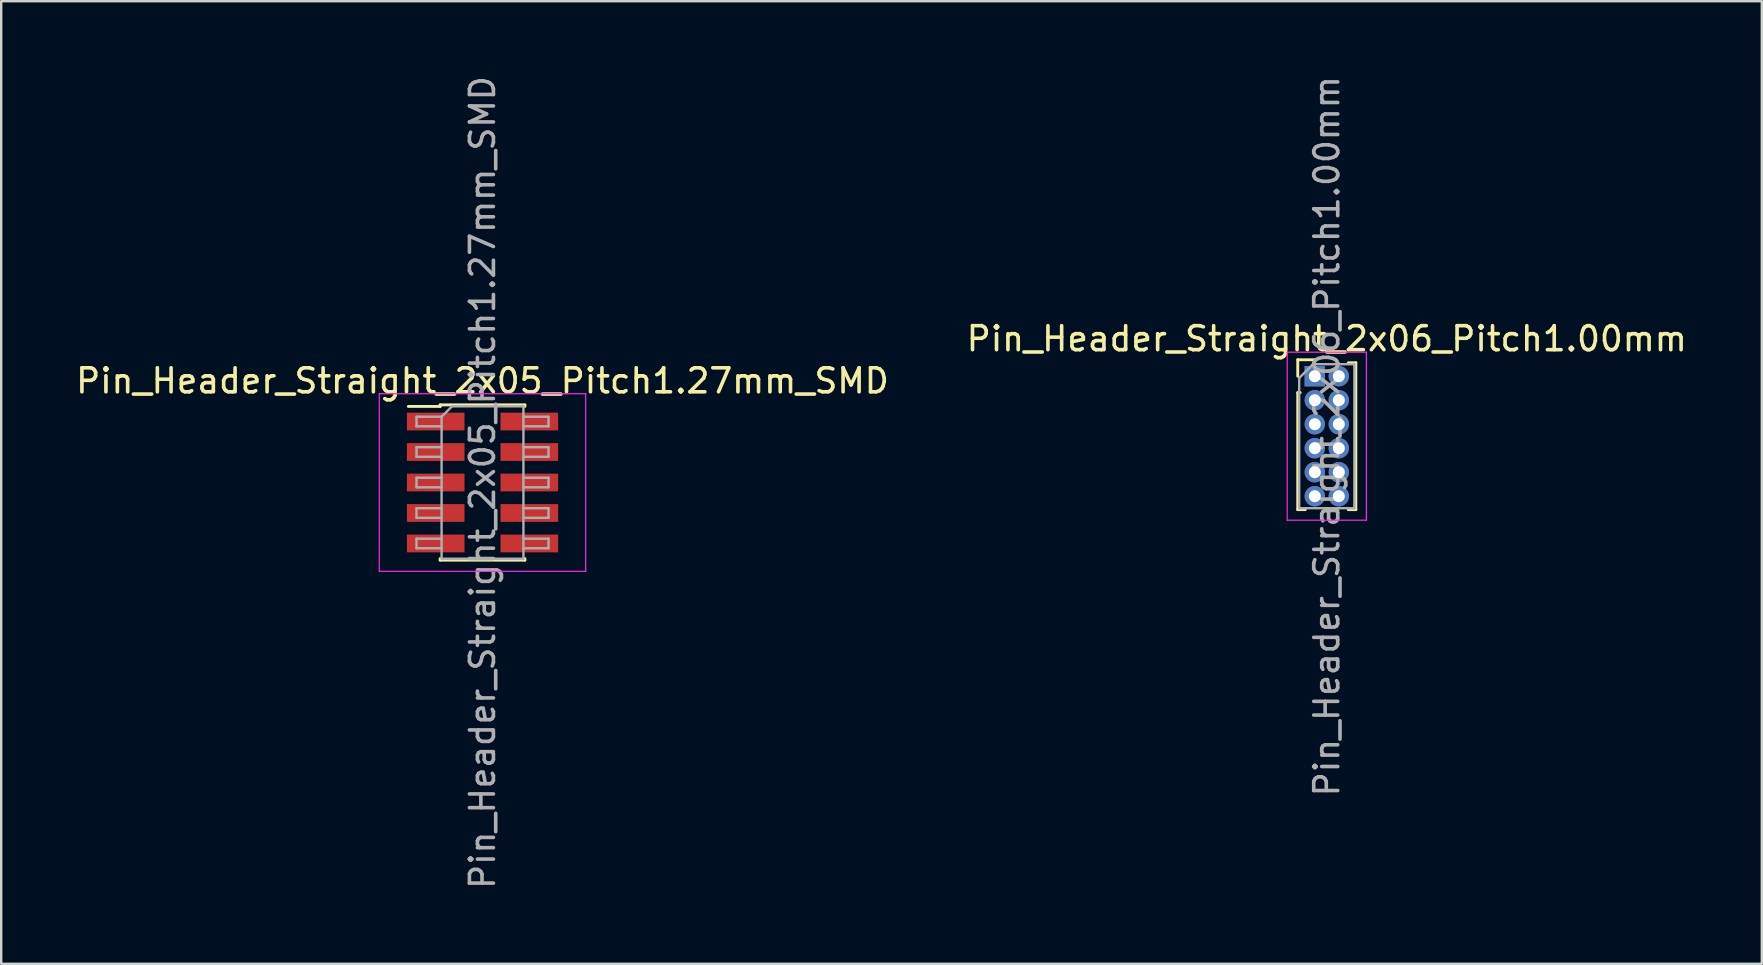
<source format=kicad_pcb>
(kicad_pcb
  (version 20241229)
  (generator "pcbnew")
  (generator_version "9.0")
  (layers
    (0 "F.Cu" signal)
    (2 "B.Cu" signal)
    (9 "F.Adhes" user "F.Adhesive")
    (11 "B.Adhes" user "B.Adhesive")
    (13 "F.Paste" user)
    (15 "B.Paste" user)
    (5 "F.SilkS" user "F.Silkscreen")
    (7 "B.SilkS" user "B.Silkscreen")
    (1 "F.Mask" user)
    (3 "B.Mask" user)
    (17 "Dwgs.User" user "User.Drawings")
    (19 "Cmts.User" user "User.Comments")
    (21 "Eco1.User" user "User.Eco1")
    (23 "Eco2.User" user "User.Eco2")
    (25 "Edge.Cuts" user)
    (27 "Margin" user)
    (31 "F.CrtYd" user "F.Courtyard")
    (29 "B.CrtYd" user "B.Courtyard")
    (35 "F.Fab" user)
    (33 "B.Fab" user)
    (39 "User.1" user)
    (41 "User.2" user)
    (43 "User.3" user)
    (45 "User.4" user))
  (footprint "Pin_Header_Straight_2x06_Pitch1.00mm"
    (layer "F.Cu")
    (at 51.732 12.625)
    (property "Reference" "Pin_Header_Straight_2x06_Pitch1.00mm" (at 0.5 -1.56 0) (layer "F.SilkS") (effects (font (size 1 1) (thickness 0.15))))
    (attr through_hole)
    (fp_line (start -0.71 -0.685) (end 0 -0.685) (stroke (width 0.12) (type solid)) (layer "F.SilkS"))
    (fp_line (start -0.71 0) (end -0.71 -0.685) (stroke (width 0.12) (type solid)) (layer "F.SilkS"))
    (fp_line (start -0.71 0.685) (end -0.71 5.56) (stroke (width 0.12) (type solid)) (layer "F.SilkS"))
    (fp_line (start -0.71 0.685) (end -0.608 0.685) (stroke (width 0.12) (type solid)) (layer "F.SilkS"))
    (fp_line (start -0.71 5.56) (end -0.394 5.56) (stroke (width 0.12) (type solid)) (layer "F.SilkS"))
    (fp_line (start 0.394 5.56) (end 0.606 5.56) (stroke (width 0.12) (type solid)) (layer "F.SilkS"))
    (fp_line (start 1.394 -0.56) (end 1.71 -0.56) (stroke (width 0.12) (type solid)) (layer "F.SilkS"))
    (fp_line (start 1.394 5.56) (end 1.71 5.56) (stroke (width 0.12) (type solid)) (layer "F.SilkS"))
    (fp_line (start 1.71 -0.56) (end 1.71 5.56) (stroke (width 0.12) (type solid)) (layer "F.SilkS"))
    (fp_line (start -1.15 -1) (end -1.15 6) (stroke (width 0.05) (type solid)) (layer "F.CrtYd"))
    (fp_line (start -1.15 6) (end 2.15 6) (stroke (width 0.05) (type solid)) (layer "F.CrtYd"))
    (fp_line (start 2.15 -1) (end -1.15 -1) (stroke (width 0.05) (type solid)) (layer "F.CrtYd"))
    (fp_line (start 2.15 6) (end 2.15 -1) (stroke (width 0.05) (type solid)) (layer "F.CrtYd"))
    (fp_line (start -0.65 0.075) (end -0.075 -0.5) (stroke (width 0.1) (type solid)) (layer "F.Fab"))
    (fp_line (start -0.65 5.5) (end -0.65 0.075) (stroke (width 0.1) (type solid)) (layer "F.Fab"))
    (fp_line (start -0.075 -0.5) (end 1.65 -0.5) (stroke (width 0.1) (type solid)) (layer "F.Fab"))
    (fp_line (start 1.65 -0.5) (end 1.65 5.5) (stroke (width 0.1) (type solid)) (layer "F.Fab"))
    (fp_line (start 1.65 5.5) (end -0.65 5.5) (stroke (width 0.1) (type solid)) (layer "F.Fab"))
    (fp_text user "${REFERENCE}" (at 0.5 2.5 90) (layer "F.Fab") (effects (font (size 1 1) (thickness 0.15))))
    (pad "1" thru_hole rect (at 0 0) (size 0.85 0.85) (drill 0.5) (layers "*.Cu" "*.Mask"))
    (pad "2" thru_hole oval (at 1 0) (size 0.85 0.85) (drill 0.5) (layers "*.Cu" "*.Mask"))
    (pad "3" thru_hole oval (at 0 1) (size 0.85 0.85) (drill 0.5) (layers "*.Cu" "*.Mask"))
    (pad "4" thru_hole oval (at 1 1) (size 0.85 0.85) (drill 0.5) (layers "*.Cu" "*.Mask"))
    (pad "5" thru_hole oval (at 0 2) (size 0.85 0.85) (drill 0.5) (layers "*.Cu" "*.Mask"))
    (pad "6" thru_hole oval (at 1 2) (size 0.85 0.85) (drill 0.5) (layers "*.Cu" "*.Mask"))
    (pad "7" thru_hole oval (at 0 3) (size 0.85 0.85) (drill 0.5) (layers "*.Cu" "*.Mask"))
    (pad "8" thru_hole oval (at 1 3) (size 0.85 0.85) (drill 0.5) (layers "*.Cu" "*.Mask"))
    (pad "9" thru_hole oval (at 0 4) (size 0.85 0.85) (drill 0.5) (layers "*.Cu" "*.Mask"))
    (pad "10" thru_hole oval (at 1 4) (size 0.85 0.85) (drill 0.5) (layers "*.Cu" "*.Mask"))
    (pad "11" thru_hole oval (at 0 5) (size 0.85 0.85) (drill 0.5) (layers "*.Cu" "*.Mask"))
    (pad "12" thru_hole oval (at 1 5) (size 0.85 0.85) (drill 0.5) (layers "*.Cu" "*.Mask")))
  (footprint "Pin_Header_Straight_2x05_Pitch1.27mm_SMD"
    (layer "F.Cu")
    (at 17.054 17.054)
    (property "Reference" "Pin_Header_Straight_2x05_Pitch1.27mm_SMD" (at 0 -4.235 0) (layer "F.SilkS") (effects (font (size 1 1) (thickness 0.15))))
    (attr smd)
    (fp_line (start -3.09 -3.17) (end -1.765 -3.17) (stroke (width 0.12) (type solid)) (layer "F.SilkS"))
    (fp_line (start -1.765 -3.235) (end -1.765 -3.17) (stroke (width 0.12) (type solid)) (layer "F.SilkS"))
    (fp_line (start -1.765 -3.235) (end 1.765 -3.235) (stroke (width 0.12) (type solid)) (layer "F.SilkS"))
    (fp_line (start -1.765 3.17) (end -1.765 3.235) (stroke (width 0.12) (type solid)) (layer "F.SilkS"))
    (fp_line (start -1.765 3.235) (end 1.765 3.235) (stroke (width 0.12) (type solid)) (layer "F.SilkS"))
    (fp_line (start 1.765 -3.235) (end 1.765 -3.17) (stroke (width 0.12) (type solid)) (layer "F.SilkS"))
    (fp_line (start 1.765 3.17) (end 1.765 3.235) (stroke (width 0.12) (type solid)) (layer "F.SilkS"))
    (fp_line (start -4.3 -3.7) (end -4.3 3.7) (stroke (width 0.05) (type solid)) (layer "F.CrtYd"))
    (fp_line (start -4.3 3.7) (end 4.3 3.7) (stroke (width 0.05) (type solid)) (layer "F.CrtYd"))
    (fp_line (start 4.3 -3.7) (end -4.3 -3.7) (stroke (width 0.05) (type solid)) (layer "F.CrtYd"))
    (fp_line (start 4.3 3.7) (end 4.3 -3.7) (stroke (width 0.05) (type solid)) (layer "F.CrtYd"))
    (fp_line (start -2.75 -2.74) (end -2.75 -2.34) (stroke (width 0.1) (type solid)) (layer "F.Fab"))
    (fp_line (start -2.75 -2.34) (end -1.705 -2.34) (stroke (width 0.1) (type solid)) (layer "F.Fab"))
    (fp_line (start -2.75 -1.47) (end -2.75 -1.07) (stroke (width 0.1) (type solid)) (layer "F.Fab"))
    (fp_line (start -2.75 -1.07) (end -1.705 -1.07) (stroke (width 0.1) (type solid)) (layer "F.Fab"))
    (fp_line (start -2.75 -0.2) (end -2.75 0.2) (stroke (width 0.1) (type solid)) (layer "F.Fab"))
    (fp_line (start -2.75 0.2) (end -1.705 0.2) (stroke (width 0.1) (type solid)) (layer "F.Fab"))
    (fp_line (start -2.75 1.07) (end -2.75 1.47) (stroke (width 0.1) (type solid)) (layer "F.Fab"))
    (fp_line (start -2.75 1.47) (end -1.705 1.47) (stroke (width 0.1) (type solid)) (layer "F.Fab"))
    (fp_line (start -2.75 2.34) (end -2.75 2.74) (stroke (width 0.1) (type solid)) (layer "F.Fab"))
    (fp_line (start -2.75 2.74) (end -1.705 2.74) (stroke (width 0.1) (type solid)) (layer "F.Fab"))
    (fp_line (start -1.705 -2.74) (end -2.75 -2.74) (stroke (width 0.1) (type solid)) (layer "F.Fab"))
    (fp_line (start -1.705 -2.74) (end -1.27 -3.175) (stroke (width 0.1) (type solid)) (layer "F.Fab"))
    (fp_line (start -1.705 -1.47) (end -2.75 -1.47) (stroke (width 0.1) (type solid)) (layer "F.Fab"))
    (fp_line (start -1.705 -0.2) (end -2.75 -0.2) (stroke (width 0.1) (type solid)) (layer "F.Fab"))
    (fp_line (start -1.705 1.07) (end -2.75 1.07) (stroke (width 0.1) (type solid)) (layer "F.Fab"))
    (fp_line (start -1.705 2.34) (end -2.75 2.34) (stroke (width 0.1) (type solid)) (layer "F.Fab"))
    (fp_line (start -1.705 3.175) (end -1.705 -2.74) (stroke (width 0.1) (type solid)) (layer "F.Fab"))
    (fp_line (start -1.27 -3.175) (end 1.705 -3.175) (stroke (width 0.1) (type solid)) (layer "F.Fab"))
    (fp_line (start 1.705 -3.175) (end 1.705 3.175) (stroke (width 0.1) (type solid)) (layer "F.Fab"))
    (fp_line (start 1.705 -2.74) (end 2.75 -2.74) (stroke (width 0.1) (type solid)) (layer "F.Fab"))
    (fp_line (start 1.705 -1.47) (end 2.75 -1.47) (stroke (width 0.1) (type solid)) (layer "F.Fab"))
    (fp_line (start 1.705 -0.2) (end 2.75 -0.2) (stroke (width 0.1) (type solid)) (layer "F.Fab"))
    (fp_line (start 1.705 1.07) (end 2.75 1.07) (stroke (width 0.1) (type solid)) (layer "F.Fab"))
    (fp_line (start 1.705 2.34) (end 2.75 2.34) (stroke (width 0.1) (type solid)) (layer "F.Fab"))
    (fp_line (start 1.705 3.175) (end -1.705 3.175) (stroke (width 0.1) (type solid)) (layer "F.Fab"))
    (fp_line (start 2.75 -2.74) (end 2.75 -2.34) (stroke (width 0.1) (type solid)) (layer "F.Fab"))
    (fp_line (start 2.75 -2.34) (end 1.705 -2.34) (stroke (width 0.1) (type solid)) (layer "F.Fab"))
    (fp_line (start 2.75 -1.47) (end 2.75 -1.07) (stroke (width 0.1) (type solid)) (layer "F.Fab"))
    (fp_line (start 2.75 -1.07) (end 1.705 -1.07) (stroke (width 0.1) (type solid)) (layer "F.Fab"))
    (fp_line (start 2.75 -0.2) (end 2.75 0.2) (stroke (width 0.1) (type solid)) (layer "F.Fab"))
    (fp_line (start 2.75 0.2) (end 1.705 0.2) (stroke (width 0.1) (type solid)) (layer "F.Fab"))
    (fp_line (start 2.75 1.07) (end 2.75 1.47) (stroke (width 0.1) (type solid)) (layer "F.Fab"))
    (fp_line (start 2.75 1.47) (end 1.705 1.47) (stroke (width 0.1) (type solid)) (layer "F.Fab"))
    (fp_line (start 2.75 2.34) (end 2.75 2.74) (stroke (width 0.1) (type solid)) (layer "F.Fab"))
    (fp_line (start 2.75 2.74) (end 1.705 2.74) (stroke (width 0.1) (type solid)) (layer "F.Fab"))
    (fp_text user "${REFERENCE}" (at 0 0 90) (layer "F.Fab") (effects (font (size 1 1) (thickness 0.15))))
    (pad "1" smd rect (at -1.95 -2.54) (size 2.4 0.74) (layers "F.Cu" "F.Mask" "F.Paste"))
    (pad "2" smd rect (at 1.95 -2.54) (size 2.4 0.74) (layers "F.Cu" "F.Mask" "F.Paste"))
    (pad "3" smd rect (at -1.95 -1.27) (size 2.4 0.74) (layers "F.Cu" "F.Mask" "F.Paste"))
    (pad "4" smd rect (at 1.95 -1.27) (size 2.4 0.74) (layers "F.Cu" "F.Mask" "F.Paste"))
    (pad "5" smd rect (at -1.95 0) (size 2.4 0.74) (layers "F.Cu" "F.Mask" "F.Paste"))
    (pad "6" smd rect (at 1.95 0) (size 2.4 0.74) (layers "F.Cu" "F.Mask" "F.Paste"))
    (pad "7" smd rect (at -1.95 1.27) (size 2.4 0.74) (layers "F.Cu" "F.Mask" "F.Paste"))
    (pad "8" smd rect (at 1.95 1.27) (size 2.4 0.74) (layers "F.Cu" "F.Mask" "F.Paste"))
    (pad "9" smd rect (at -1.95 2.54) (size 2.4 0.74) (layers "F.Cu" "F.Mask" "F.Paste"))
    (pad "10" smd rect (at 1.95 2.54) (size 2.4 0.74) (layers "F.Cu" "F.Mask" "F.Paste")))
  (gr_rect
    (start -3 -3)
    (end 70.357 37.107)
    (stroke (width 0.1) (type default))
    (fill no)
    (layer "Edge.Cuts")))
</source>
